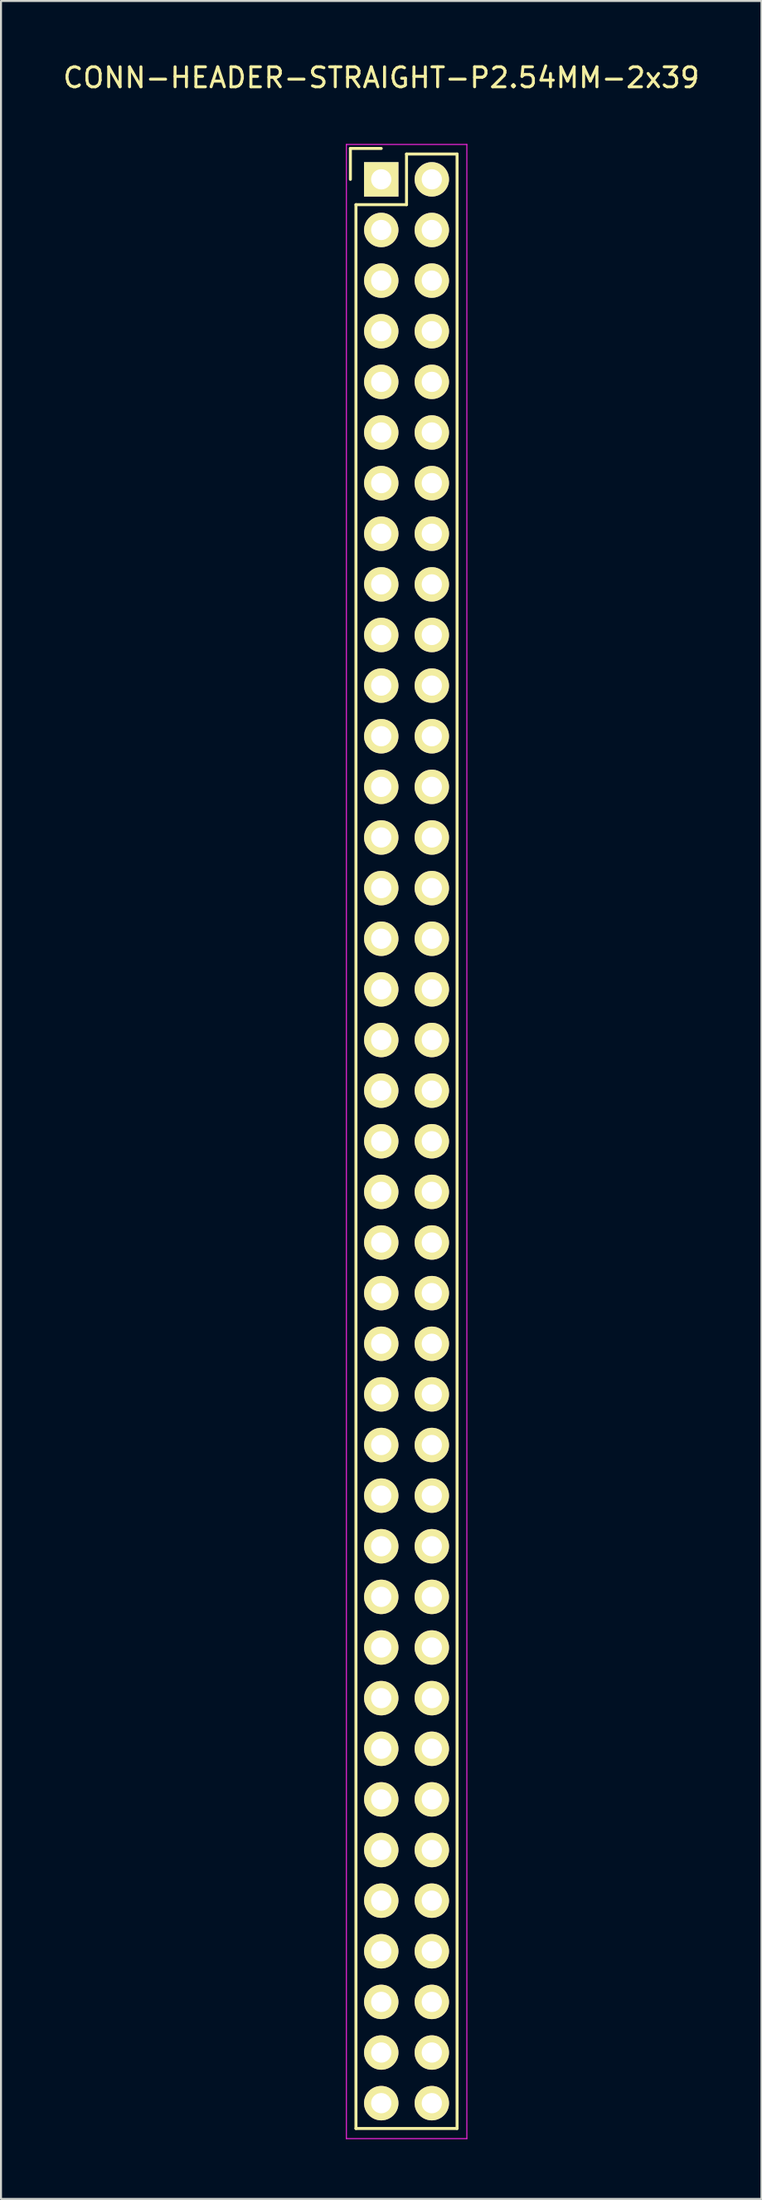
<source format=kicad_pcb>
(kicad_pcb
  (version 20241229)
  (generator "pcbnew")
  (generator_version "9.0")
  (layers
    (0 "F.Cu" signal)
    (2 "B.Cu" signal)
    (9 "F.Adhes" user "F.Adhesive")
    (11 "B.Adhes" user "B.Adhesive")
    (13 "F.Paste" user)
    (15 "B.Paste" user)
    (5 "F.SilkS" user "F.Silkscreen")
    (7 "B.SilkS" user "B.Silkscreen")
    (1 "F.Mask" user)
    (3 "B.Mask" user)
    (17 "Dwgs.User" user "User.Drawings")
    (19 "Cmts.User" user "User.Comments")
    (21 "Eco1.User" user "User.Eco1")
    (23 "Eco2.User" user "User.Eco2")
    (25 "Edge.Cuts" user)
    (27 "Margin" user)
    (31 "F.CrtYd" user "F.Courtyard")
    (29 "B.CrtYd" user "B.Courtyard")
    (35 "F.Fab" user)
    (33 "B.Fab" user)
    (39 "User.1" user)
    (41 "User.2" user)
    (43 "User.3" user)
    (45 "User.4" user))
  (footprint "CONN-HEADER-STRAIGHT-P2.54MM-2x39"
    (layer "F.Cu")
    (at 16.101 5.948)
    (property "Reference" "CONN-HEADER-STRAIGHT-P2.54MM-2x39" (at 0 -5.1 0) (layer "F.SilkS") (effects (font (size 1 1) (thickness 0.15))))
    (attr through_hole)
    (fp_line (start -1.55 -1.55) (end -1.55 0) (stroke (width 0.15) (type solid)) (layer "F.SilkS"))
    (fp_line (start -1.27 97.79) (end -1.27 1.27) (stroke (width 0.15) (type solid)) (layer "F.SilkS"))
    (fp_line (start 0 -1.55) (end -1.55 -1.55) (stroke (width 0.15) (type solid)) (layer "F.SilkS"))
    (fp_line (start 1.27 -1.27) (end 1.27 1.27) (stroke (width 0.15) (type solid)) (layer "F.SilkS"))
    (fp_line (start 1.27 1.27) (end -1.27 1.27) (stroke (width 0.15) (type solid)) (layer "F.SilkS"))
    (fp_line (start 3.81 -1.27) (end 1.27 -1.27) (stroke (width 0.15) (type solid)) (layer "F.SilkS"))
    (fp_line (start 3.81 -1.27) (end 3.81 97.79) (stroke (width 0.15) (type solid)) (layer "F.SilkS"))
    (fp_line (start 3.81 97.79) (end -1.27 97.79) (stroke (width 0.15) (type solid)) (layer "F.SilkS"))
    (fp_line (start -1.75 -1.75) (end -1.75 98.3) (stroke (width 0.05) (type solid)) (layer "F.CrtYd"))
    (fp_line (start -1.75 -1.75) (end 4.3 -1.75) (stroke (width 0.05) (type solid)) (layer "F.CrtYd"))
    (fp_line (start -1.75 98.3) (end 4.3 98.3) (stroke (width 0.05) (type solid)) (layer "F.CrtYd"))
    (fp_line (start 4.3 -1.75) (end 4.3 98.3) (stroke (width 0.05) (type solid)) (layer "F.CrtYd"))
    (pad "1" thru_hole rect (at 0 0) (size 1.727 1.727) (drill 1.016) (layers "*.Cu" "*.Mask" "F.SilkS"))
    (pad "2" thru_hole oval (at 2.54 0) (size 1.727 1.727) (drill 1.016) (layers "*.Cu" "*.Mask" "F.SilkS"))
    (pad "3" thru_hole oval (at 0 2.54) (size 1.727 1.727) (drill 1.016) (layers "*.Cu" "*.Mask" "F.SilkS"))
    (pad "4" thru_hole oval (at 2.54 2.54) (size 1.727 1.727) (drill 1.016) (layers "*.Cu" "*.Mask" "F.SilkS"))
    (pad "5" thru_hole oval (at 0 5.08) (size 1.727 1.727) (drill 1.016) (layers "*.Cu" "*.Mask" "F.SilkS"))
    (pad "6" thru_hole oval (at 2.54 5.08) (size 1.727 1.727) (drill 1.016) (layers "*.Cu" "*.Mask" "F.SilkS"))
    (pad "7" thru_hole oval (at 0 7.62) (size 1.727 1.727) (drill 1.016) (layers "*.Cu" "*.Mask" "F.SilkS"))
    (pad "8" thru_hole oval (at 2.54 7.62) (size 1.727 1.727) (drill 1.016) (layers "*.Cu" "*.Mask" "F.SilkS"))
    (pad "9" thru_hole oval (at 0 10.16) (size 1.727 1.727) (drill 1.016) (layers "*.Cu" "*.Mask" "F.SilkS"))
    (pad "10" thru_hole oval (at 2.54 10.16) (size 1.727 1.727) (drill 1.016) (layers "*.Cu" "*.Mask" "F.SilkS"))
    (pad "11" thru_hole oval (at 0 12.7) (size 1.727 1.727) (drill 1.016) (layers "*.Cu" "*.Mask" "F.SilkS"))
    (pad "12" thru_hole oval (at 2.54 12.7) (size 1.727 1.727) (drill 1.016) (layers "*.Cu" "*.Mask" "F.SilkS"))
    (pad "13" thru_hole oval (at 0 15.24) (size 1.727 1.727) (drill 1.016) (layers "*.Cu" "*.Mask" "F.SilkS"))
    (pad "14" thru_hole oval (at 2.54 15.24) (size 1.727 1.727) (drill 1.016) (layers "*.Cu" "*.Mask" "F.SilkS"))
    (pad "15" thru_hole oval (at 0 17.78) (size 1.727 1.727) (drill 1.016) (layers "*.Cu" "*.Mask" "F.SilkS"))
    (pad "16" thru_hole oval (at 2.54 17.78) (size 1.727 1.727) (drill 1.016) (layers "*.Cu" "*.Mask" "F.SilkS"))
    (pad "17" thru_hole oval (at 0 20.32) (size 1.727 1.727) (drill 1.016) (layers "*.Cu" "*.Mask" "F.SilkS"))
    (pad "18" thru_hole oval (at 2.54 20.32) (size 1.727 1.727) (drill 1.016) (layers "*.Cu" "*.Mask" "F.SilkS"))
    (pad "19" thru_hole oval (at 0 22.86) (size 1.727 1.727) (drill 1.016) (layers "*.Cu" "*.Mask" "F.SilkS"))
    (pad "20" thru_hole oval (at 2.54 22.86) (size 1.727 1.727) (drill 1.016) (layers "*.Cu" "*.Mask" "F.SilkS"))
    (pad "21" thru_hole oval (at 0 25.4) (size 1.727 1.727) (drill 1.016) (layers "*.Cu" "*.Mask" "F.SilkS"))
    (pad "22" thru_hole oval (at 2.54 25.4) (size 1.727 1.727) (drill 1.016) (layers "*.Cu" "*.Mask" "F.SilkS"))
    (pad "23" thru_hole oval (at 0 27.94) (size 1.727 1.727) (drill 1.016) (layers "*.Cu" "*.Mask" "F.SilkS"))
    (pad "24" thru_hole oval (at 2.54 27.94) (size 1.727 1.727) (drill 1.016) (layers "*.Cu" "*.Mask" "F.SilkS"))
    (pad "25" thru_hole oval (at 0 30.48) (size 1.727 1.727) (drill 1.016) (layers "*.Cu" "*.Mask" "F.SilkS"))
    (pad "26" thru_hole oval (at 2.54 30.48) (size 1.727 1.727) (drill 1.016) (layers "*.Cu" "*.Mask" "F.SilkS"))
    (pad "27" thru_hole oval (at 0 33.02) (size 1.727 1.727) (drill 1.016) (layers "*.Cu" "*.Mask" "F.SilkS"))
    (pad "28" thru_hole oval (at 2.54 33.02) (size 1.727 1.727) (drill 1.016) (layers "*.Cu" "*.Mask" "F.SilkS"))
    (pad "29" thru_hole oval (at 0 35.56) (size 1.727 1.727) (drill 1.016) (layers "*.Cu" "*.Mask" "F.SilkS"))
    (pad "30" thru_hole oval (at 2.54 35.56) (size 1.727 1.727) (drill 1.016) (layers "*.Cu" "*.Mask" "F.SilkS"))
    (pad "31" thru_hole oval (at 0 38.1) (size 1.727 1.727) (drill 1.016) (layers "*.Cu" "*.Mask" "F.SilkS"))
    (pad "32" thru_hole oval (at 2.54 38.1) (size 1.727 1.727) (drill 1.016) (layers "*.Cu" "*.Mask" "F.SilkS"))
    (pad "33" thru_hole oval (at 0 40.64) (size 1.727 1.727) (drill 1.016) (layers "*.Cu" "*.Mask" "F.SilkS"))
    (pad "34" thru_hole oval (at 2.54 40.64) (size 1.727 1.727) (drill 1.016) (layers "*.Cu" "*.Mask" "F.SilkS"))
    (pad "35" thru_hole oval (at 0 43.18) (size 1.727 1.727) (drill 1.016) (layers "*.Cu" "*.Mask" "F.SilkS"))
    (pad "36" thru_hole oval (at 2.54 43.18) (size 1.727 1.727) (drill 1.016) (layers "*.Cu" "*.Mask" "F.SilkS"))
    (pad "37" thru_hole oval (at 0 45.72) (size 1.727 1.727) (drill 1.016) (layers "*.Cu" "*.Mask" "F.SilkS"))
    (pad "38" thru_hole oval (at 2.54 45.72) (size 1.727 1.727) (drill 1.016) (layers "*.Cu" "*.Mask" "F.SilkS"))
    (pad "39" thru_hole oval (at 0 48.26) (size 1.727 1.727) (drill 1.016) (layers "*.Cu" "*.Mask" "F.SilkS"))
    (pad "40" thru_hole oval (at 2.54 48.26) (size 1.727 1.727) (drill 1.016) (layers "*.Cu" "*.Mask" "F.SilkS"))
    (pad "41" thru_hole oval (at 0 50.8) (size 1.727 1.727) (drill 1.016) (layers "*.Cu" "*.Mask" "F.SilkS"))
    (pad "42" thru_hole oval (at 2.54 50.8) (size 1.727 1.727) (drill 1.016) (layers "*.Cu" "*.Mask" "F.SilkS"))
    (pad "43" thru_hole oval (at 0 53.34) (size 1.727 1.727) (drill 1.016) (layers "*.Cu" "*.Mask" "F.SilkS"))
    (pad "44" thru_hole oval (at 2.54 53.34) (size 1.727 1.727) (drill 1.016) (layers "*.Cu" "*.Mask" "F.SilkS"))
    (pad "45" thru_hole oval (at 0 55.88) (size 1.727 1.727) (drill 1.016) (layers "*.Cu" "*.Mask" "F.SilkS"))
    (pad "46" thru_hole oval (at 2.54 55.88) (size 1.727 1.727) (drill 1.016) (layers "*.Cu" "*.Mask" "F.SilkS"))
    (pad "47" thru_hole oval (at 0 58.42) (size 1.727 1.727) (drill 1.016) (layers "*.Cu" "*.Mask" "F.SilkS"))
    (pad "48" thru_hole oval (at 2.54 58.42) (size 1.727 1.727) (drill 1.016) (layers "*.Cu" "*.Mask" "F.SilkS"))
    (pad "49" thru_hole oval (at 0 60.96) (size 1.727 1.727) (drill 1.016) (layers "*.Cu" "*.Mask" "F.SilkS"))
    (pad "50" thru_hole oval (at 2.54 60.96) (size 1.727 1.727) (drill 1.016) (layers "*.Cu" "*.Mask" "F.SilkS"))
    (pad "51" thru_hole oval (at 0 63.5) (size 1.727 1.727) (drill 1.016) (layers "*.Cu" "*.Mask" "F.SilkS"))
    (pad "52" thru_hole oval (at 2.54 63.5) (size 1.727 1.727) (drill 1.016) (layers "*.Cu" "*.Mask" "F.SilkS"))
    (pad "53" thru_hole oval (at 0 66.04) (size 1.727 1.727) (drill 1.016) (layers "*.Cu" "*.Mask" "F.SilkS"))
    (pad "54" thru_hole oval (at 2.54 66.04) (size 1.727 1.727) (drill 1.016) (layers "*.Cu" "*.Mask" "F.SilkS"))
    (pad "55" thru_hole oval (at 0 68.58) (size 1.727 1.727) (drill 1.016) (layers "*.Cu" "*.Mask" "F.SilkS"))
    (pad "56" thru_hole oval (at 2.54 68.58) (size 1.727 1.727) (drill 1.016) (layers "*.Cu" "*.Mask" "F.SilkS"))
    (pad "57" thru_hole oval (at 0 71.12) (size 1.727 1.727) (drill 1.016) (layers "*.Cu" "*.Mask" "F.SilkS"))
    (pad "58" thru_hole oval (at 2.54 71.12) (size 1.727 1.727) (drill 1.016) (layers "*.Cu" "*.Mask" "F.SilkS"))
    (pad "59" thru_hole oval (at 0 73.66) (size 1.727 1.727) (drill 1.016) (layers "*.Cu" "*.Mask" "F.SilkS"))
    (pad "60" thru_hole oval (at 2.54 73.66) (size 1.727 1.727) (drill 1.016) (layers "*.Cu" "*.Mask" "F.SilkS"))
    (pad "61" thru_hole oval (at 0 76.2) (size 1.727 1.727) (drill 1.016) (layers "*.Cu" "*.Mask" "F.SilkS"))
    (pad "62" thru_hole oval (at 2.54 76.2) (size 1.727 1.727) (drill 1.016) (layers "*.Cu" "*.Mask" "F.SilkS"))
    (pad "63" thru_hole oval (at 0 78.74) (size 1.727 1.727) (drill 1.016) (layers "*.Cu" "*.Mask" "F.SilkS"))
    (pad "64" thru_hole oval (at 2.54 78.74) (size 1.727 1.727) (drill 1.016) (layers "*.Cu" "*.Mask" "F.SilkS"))
    (pad "65" thru_hole oval (at 0 81.28) (size 1.727 1.727) (drill 1.016) (layers "*.Cu" "*.Mask" "F.SilkS"))
    (pad "66" thru_hole oval (at 2.54 81.28) (size 1.727 1.727) (drill 1.016) (layers "*.Cu" "*.Mask" "F.SilkS"))
    (pad "67" thru_hole oval (at 0 83.82) (size 1.727 1.727) (drill 1.016) (layers "*.Cu" "*.Mask" "F.SilkS"))
    (pad "68" thru_hole oval (at 2.54 83.82) (size 1.727 1.727) (drill 1.016) (layers "*.Cu" "*.Mask" "F.SilkS"))
    (pad "69" thru_hole oval (at 0 86.36) (size 1.727 1.727) (drill 1.016) (layers "*.Cu" "*.Mask" "F.SilkS"))
    (pad "70" thru_hole oval (at 2.54 86.36) (size 1.727 1.727) (drill 1.016) (layers "*.Cu" "*.Mask" "F.SilkS"))
    (pad "71" thru_hole oval (at 0 88.9) (size 1.727 1.727) (drill 1.016) (layers "*.Cu" "*.Mask" "F.SilkS"))
    (pad "72" thru_hole oval (at 2.54 88.9) (size 1.727 1.727) (drill 1.016) (layers "*.Cu" "*.Mask" "F.SilkS"))
    (pad "73" thru_hole oval (at 0 91.44) (size 1.727 1.727) (drill 1.016) (layers "*.Cu" "*.Mask" "F.SilkS"))
    (pad "74" thru_hole oval (at 2.54 91.44) (size 1.727 1.727) (drill 1.016) (layers "*.Cu" "*.Mask" "F.SilkS"))
    (pad "75" thru_hole oval (at 0 93.98) (size 1.727 1.727) (drill 1.016) (layers "*.Cu" "*.Mask" "F.SilkS"))
    (pad "76" thru_hole oval (at 2.54 93.98) (size 1.727 1.727) (drill 1.016) (layers "*.Cu" "*.Mask" "F.SilkS"))
    (pad "77" thru_hole oval (at 0 96.52) (size 1.727 1.727) (drill 1.016) (layers "*.Cu" "*.Mask" "F.SilkS"))
    (pad "78" thru_hole oval (at 2.54 96.52) (size 1.727 1.727) (drill 1.016) (layers "*.Cu" "*.Mask" "F.SilkS")))
  (gr_rect
    (start -3 -3)
    (end 35.202 107.273)
    (stroke (width 0.1) (type default))
    (fill no)
    (layer "Edge.Cuts")))
</source>
